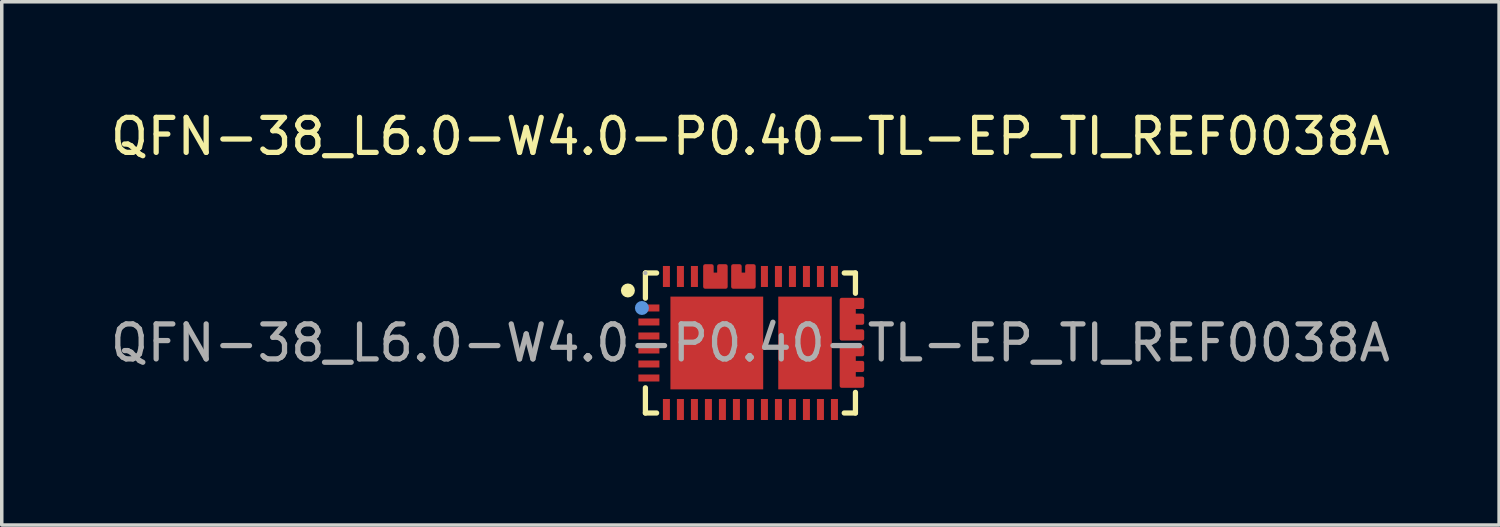
<source format=kicad_pcb>
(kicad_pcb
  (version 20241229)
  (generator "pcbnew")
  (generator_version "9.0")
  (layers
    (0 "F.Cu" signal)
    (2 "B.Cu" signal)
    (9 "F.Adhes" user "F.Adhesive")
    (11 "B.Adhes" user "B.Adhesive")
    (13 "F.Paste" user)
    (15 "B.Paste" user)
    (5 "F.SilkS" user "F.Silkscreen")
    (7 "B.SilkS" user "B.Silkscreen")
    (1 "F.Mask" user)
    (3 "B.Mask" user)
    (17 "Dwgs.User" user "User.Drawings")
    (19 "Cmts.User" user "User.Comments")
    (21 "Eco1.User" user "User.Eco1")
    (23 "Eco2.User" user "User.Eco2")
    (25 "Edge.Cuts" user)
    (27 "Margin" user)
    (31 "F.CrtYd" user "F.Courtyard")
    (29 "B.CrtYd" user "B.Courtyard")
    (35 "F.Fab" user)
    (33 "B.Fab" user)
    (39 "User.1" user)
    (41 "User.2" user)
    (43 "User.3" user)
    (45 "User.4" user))
  (footprint "QFN-38_L6.0-W4.0-P0.40-TL-EP_TI_REF0038A"
    (layer "F.Cu")
    (at 18.387 6.748)
    (property "Reference" "QFN-38_L6.0-W4.0-P0.40-TL-EP_TI_REF0038A" (at 0 -5.9 0) (layer "F.SilkS") (effects (font (size 1 1) (thickness 0.15))))
    (attr smd)
    (fp_line (start -3 -2) (end -3 -1.28) (stroke (width 0.15) (type solid)) (layer "F.SilkS"))
    (fp_line (start -3 1.28) (end -3 2) (stroke (width 0.15) (type solid)) (layer "F.SilkS"))
    (fp_line (start -3 2) (end -2.68 2) (stroke (width 0.15) (type solid)) (layer "F.SilkS"))
    (fp_line (start -2.68 -2) (end -3 -2) (stroke (width 0.15) (type solid)) (layer "F.SilkS"))
    (fp_line (start 2.68 2) (end 3 2) (stroke (width 0.15) (type solid)) (layer "F.SilkS"))
    (fp_line (start 3 -2) (end 2.68 -2) (stroke (width 0.15) (type solid)) (layer "F.SilkS"))
    (fp_line (start 3 -1.42) (end 3 -2) (stroke (width 0.15) (type solid)) (layer "F.SilkS"))
    (fp_line (start 3 2) (end 3 1.41) (stroke (width 0.15) (type solid)) (layer "F.SilkS"))
    (fp_circle (center -3.5 -1.5) (end -3.4 -1.5) (stroke (width 0.2) (type solid)) (fill no) (layer "F.SilkS"))
    (fp_circle (center -3.1 -1) (end -3 -1) (stroke (width 0.2) (type solid)) (fill no) (layer "Cmts.User"))
    (fp_circle (center -3 -2) (end -2.97 -2) (stroke (width 0.06) (type solid)) (fill no) (layer "F.Fab"))
    (fp_text user "${REFERENCE}" (at 0 0 0) (layer "F.Fab") (effects (font (size 1 1) (thickness 0.15))))
    (pad "1" smd rect (at -2.9 -1) (size 0.6 0.2) (layers "F.Cu" "F.Mask" "F.Paste"))
    (pad "2" smd rect (at -2.9 -0.6) (size 0.6 0.2) (layers "F.Cu" "F.Mask" "F.Paste"))
    (pad "3" smd rect (at -2.9 -0.2) (size 0.6 0.2) (layers "F.Cu" "F.Mask" "F.Paste"))
    (pad "4" smd rect (at -2.9 0.2) (size 0.6 0.2) (layers "F.Cu" "F.Mask" "F.Paste"))
    (pad "5" smd rect (at -2.9 0.6) (size 0.6 0.2) (layers "F.Cu" "F.Mask" "F.Paste"))
    (pad "6" smd rect (at -2.9 1) (size 0.6 0.2) (layers "F.Cu" "F.Mask" "F.Paste"))
    (pad "7" smd rect (at -2.4 1.9) (size 0.2 0.6) (layers "F.Cu" "F.Mask" "F.Paste"))
    (pad "8" smd rect (at -2 1.9) (size 0.2 0.6) (layers "F.Cu" "F.Mask" "F.Paste"))
    (pad "9" smd rect (at -1.6 1.9) (size 0.2 0.6) (layers "F.Cu" "F.Mask" "F.Paste"))
    (pad "10" smd rect (at -1.2 1.9) (size 0.2 0.6) (layers "F.Cu" "F.Mask" "F.Paste"))
    (pad "11" smd rect (at -0.8 1.9) (size 0.2 0.6) (layers "F.Cu" "F.Mask" "F.Paste"))
    (pad "12" smd rect (at -0.4 1.9) (size 0.2 0.6) (layers "F.Cu" "F.Mask" "F.Paste"))
    (pad "13" smd rect (at 0 1.9) (size 0.2 0.6) (layers "F.Cu" "F.Mask" "F.Paste"))
    (pad "14" smd rect (at 0.4 1.9) (size 0.2 0.6) (layers "F.Cu" "F.Mask" "F.Paste"))
    (pad "15" smd rect (at 0.8 1.9) (size 0.2 0.6) (layers "F.Cu" "F.Mask" "F.Paste"))
    (pad "16" smd rect (at 1.2 1.9) (size 0.2 0.6) (layers "F.Cu" "F.Mask" "F.Paste"))
    (pad "17" smd rect (at 1.6 1.9) (size 0.2 0.6) (layers "F.Cu" "F.Mask" "F.Paste"))
    (pad "18" smd rect (at 2 1.9) (size 0.2 0.6) (layers "F.Cu" "F.Mask" "F.Paste"))
    (pad "19" smd rect (at 2.4 1.9) (size 0.2 0.6) (layers "F.Cu" "F.Mask" "F.Paste"))
    (pad "21" smd custom (at 2.9 0.68) (size 0.01 0.01) (layers "F.Cu" "F.Mask" "F.Paste") (options (anchor circle)) (primitives (gr_poly (pts (xy 0.3 -0.35) (xy 0.3 -0.57) (xy 0.06 -0.57) (xy -0.3 -0.57) (xy -0.3 -0.35) (xy -0.3 -0.12) (xy -0.3 0.1) (xy -0.3 0.33) (xy -0.3 0.55) (xy 0.06 0.55) (xy 0.3 0.55) (xy 0.3 0.33) (xy 0.06 0.33) (xy 0.06 0.1) (xy 0.3 0.1) (xy 0.3 -0.12) (xy 0.06 -0.12) (xy 0.06 -0.35) (xy 0.3 -0.35)) (width 0.1) (fill yes))))
    (pad "24" smd custom (at 2.9 -0.67) (size 0.01 0.01) (layers "F.Cu" "F.Mask" "F.Paste") (options (anchor circle)) (primitives (gr_poly (pts (xy 0.3 -0.35) (xy 0.3 -0.57) (xy 0.06 -0.57) (xy -0.3 -0.57) (xy -0.3 -0.35) (xy -0.3 -0.12) (xy -0.3 0.1) (xy -0.3 0.33) (xy -0.3 0.55) (xy 0.06 0.55) (xy 0.3 0.55) (xy 0.3 0.33) (xy 0.06 0.33) (xy 0.06 0.1) (xy 0.3 0.1) (xy 0.3 -0.12) (xy 0.06 -0.12) (xy 0.06 -0.35) (xy 0.3 -0.35)) (width 0.1) (fill yes))))
    (pad "26" smd rect (at 2.4 -1.9) (size 0.2 0.6) (layers "F.Cu" "F.Mask" "F.Paste"))
    (pad "27" smd rect (at 2 -1.9) (size 0.2 0.6) (layers "F.Cu" "F.Mask" "F.Paste"))
    (pad "28" smd rect (at 1.6 -1.9) (size 0.2 0.6) (layers "F.Cu" "F.Mask" "F.Paste"))
    (pad "29" smd rect (at 1.2 -1.9) (size 0.2 0.6) (layers "F.Cu" "F.Mask" "F.Paste"))
    (pad "30" smd rect (at 0.8 -1.9) (size 0.2 0.6) (layers "F.Cu" "F.Mask" "F.Paste"))
    (pad "31" smd rect (at 0.4 -1.9) (size 0.2 0.6) (layers "F.Cu" "F.Mask" "F.Paste"))
    (pad "32" smd custom (at -0.2 -1.9) (size 0.01 0.01) (layers "F.Cu" "F.Mask" "F.Paste") (options (anchor circle)) (primitives (gr_poly (pts (xy 0.3 0.3) (xy 0.3 -0.3) (xy 0.1 -0.3) (xy 0.1 -0.06) (xy -0.1 -0.06) (xy -0.1 -0.3) (xy -0.3 -0.3) (xy -0.3 -0.06) (xy -0.3 0.3) (xy -0.1 0.3) (xy 0.1 0.3) (xy 0.3 0.3)) (width 0.1) (fill yes))))
    (pad "34" smd custom (at -1 -1.9) (size 0.01 0.01) (layers "F.Cu" "F.Mask" "F.Paste") (options (anchor circle)) (primitives (gr_poly (pts (xy 0.3 -0.06) (xy 0.3 -0.3) (xy 0.1 -0.3) (xy 0.1 -0.06) (xy -0.1 -0.06) (xy -0.1 -0.3) (xy -0.3 -0.3) (xy -0.3 -0.06) (xy -0.3 0.3) (xy -0.1 0.3) (xy 0.1 0.3) (xy 0.3 0.3) (xy 0.3 -0.06)) (width 0.1) (fill yes))))
    (pad "36" smd rect (at -1.6 -1.9) (size 0.2 0.6) (layers "F.Cu" "F.Mask" "F.Paste"))
    (pad "37" smd rect (at -2 -1.9) (size 0.2 0.6) (layers "F.Cu" "F.Mask" "F.Paste"))
    (pad "38" smd rect (at -2.4 -1.9) (size 0.2 0.6) (layers "F.Cu" "F.Mask" "F.Paste"))
    (pad "39" smd rect (at -0.96 0) (size 2.65 2.65) (layers "F.Cu" "F.Mask" "F.Paste"))
    (pad "40" smd rect (at 1.56 0) (size 1.53 2.65) (layers "F.Cu" "F.Mask" "F.Paste")))
  (gr_rect
    (start -3 -3)
    (end 39.774 11.948)
    (stroke (width 0.1) (type default))
    (fill no)
    (layer "Edge.Cuts")))
</source>
